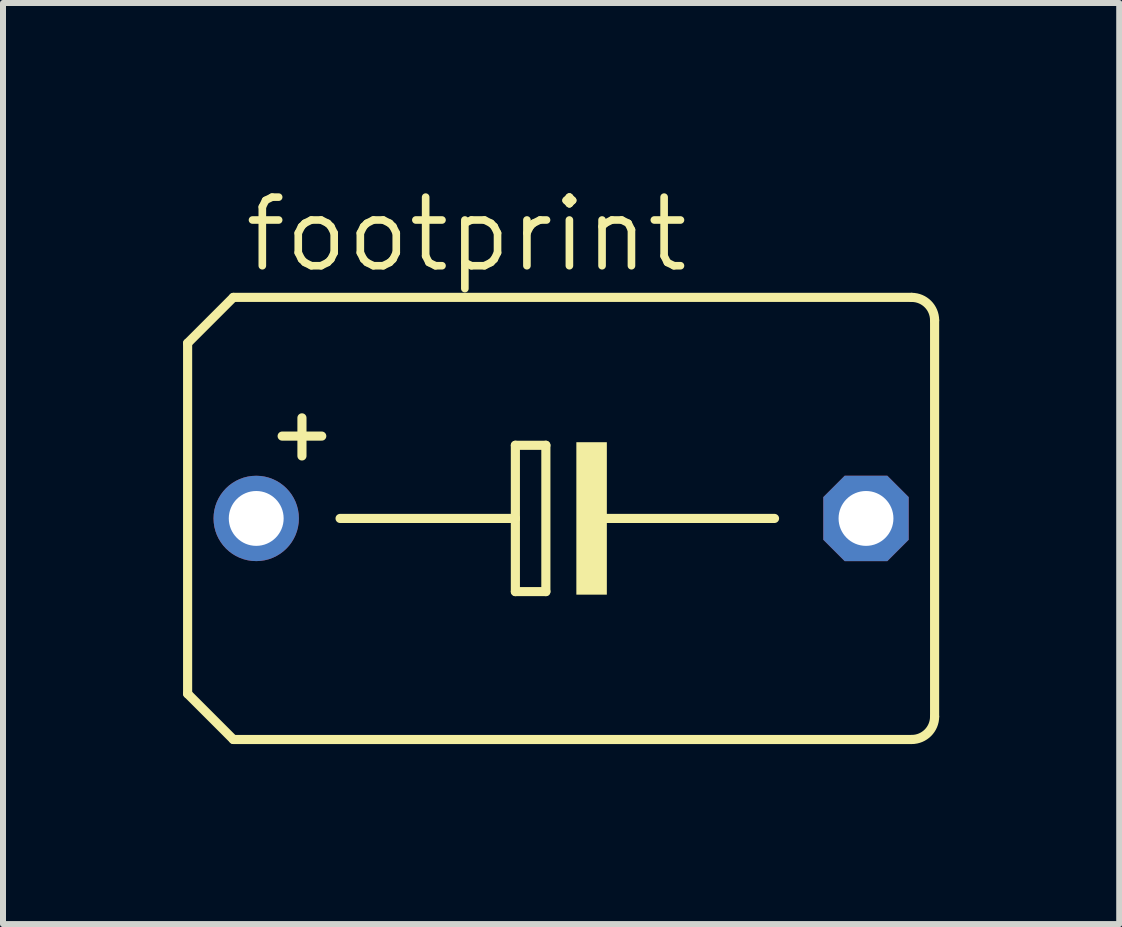
<source format=kicad_pcb>
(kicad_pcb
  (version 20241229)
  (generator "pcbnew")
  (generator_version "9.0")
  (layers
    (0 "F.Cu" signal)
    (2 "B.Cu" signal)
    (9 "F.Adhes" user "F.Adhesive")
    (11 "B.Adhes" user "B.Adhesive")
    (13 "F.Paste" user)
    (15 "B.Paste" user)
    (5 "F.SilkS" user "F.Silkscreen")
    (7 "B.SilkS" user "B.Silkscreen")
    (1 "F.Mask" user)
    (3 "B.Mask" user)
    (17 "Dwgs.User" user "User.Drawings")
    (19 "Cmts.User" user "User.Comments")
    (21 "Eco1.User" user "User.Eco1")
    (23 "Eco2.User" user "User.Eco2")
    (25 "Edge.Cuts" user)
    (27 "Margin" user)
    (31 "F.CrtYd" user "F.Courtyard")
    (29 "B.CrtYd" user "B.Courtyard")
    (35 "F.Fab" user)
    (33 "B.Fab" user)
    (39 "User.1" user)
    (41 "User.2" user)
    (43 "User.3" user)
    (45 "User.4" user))
  (footprint "footprint"
    (layer "F.Cu")
    (at 6.299 5.588)
    (property "Reference" "footprint" (at -5.334 -4.064 0) (layer "F.SilkS") (effects (font (size 1.143 1.143) (thickness 0.127)) (justify left bottom)))
    (fp_line (start -6.223 -2.921) (end -6.223 2.921) (stroke (width 0.152) (type solid)) (layer "F.SilkS"))
    (fp_line (start -6.223 -2.921) (end -5.461 -3.683) (stroke (width 0.152) (type solid)) (layer "F.SilkS"))
    (fp_line (start -5.461 3.683) (end -6.223 2.921) (stroke (width 0.152) (type solid)) (layer "F.SilkS"))
    (fp_line (start -5.461 3.683) (end 5.842 3.683) (stroke (width 0.152) (type solid)) (layer "F.SilkS"))
    (fp_line (start -4.318 -1.676) (end -4.318 -1.041) (stroke (width 0.152) (type solid)) (layer "F.SilkS"))
    (fp_line (start -3.988 -1.372) (end -4.648 -1.372) (stroke (width 0.152) (type solid)) (layer "F.SilkS"))
    (fp_line (start -3.683 0) (end -0.762 0) (stroke (width 0.152) (type solid)) (layer "F.SilkS"))
    (fp_line (start -0.762 -1.219) (end -0.762 0) (stroke (width 0.152) (type solid)) (layer "F.SilkS"))
    (fp_line (start -0.762 0) (end -0.762 1.219) (stroke (width 0.152) (type solid)) (layer "F.SilkS"))
    (fp_line (start -0.762 1.219) (end -0.254 1.219) (stroke (width 0.152) (type solid)) (layer "F.SilkS"))
    (fp_line (start -0.254 -1.219) (end -0.762 -1.219) (stroke (width 0.152) (type solid)) (layer "F.SilkS"))
    (fp_line (start -0.254 1.219) (end -0.254 -1.219) (stroke (width 0.152) (type solid)) (layer "F.SilkS"))
    (fp_line (start 0.635 0) (end 3.556 0) (stroke (width 0.152) (type solid)) (layer "F.SilkS"))
    (fp_line (start 5.842 -3.683) (end -5.461 -3.683) (stroke (width 0.152) (type solid)) (layer "F.SilkS"))
    (fp_line (start 6.223 -3.302) (end 6.223 3.302) (stroke (width 0.152) (type solid)) (layer "F.SilkS"))
    (fp_arc (start 5.842 -3.683) (mid 6.111408 -3.571408) (end 6.223 -3.302) (stroke (width 0.1524) (type solid)) (layer "F.SilkS"))
    (fp_arc (start 6.223 3.302) (mid 6.111408 3.571408) (end 5.842 3.683) (stroke (width 0.1524) (type solid)) (layer "F.SilkS"))
    (fp_poly (pts (xy 0.254 1.27) (xy 0.762 1.27) (xy 0.762 -1.27) (xy 0.254 -1.27)) (stroke (width 0) (type solid)) (fill yes) (layer "F.SilkS"))
    (pad "+" thru_hole circle (at -5.08 0) (size 1.422 1.422) (drill 0.914) (layers "*.Cu" "*.Mask"))
    (pad "-" thru_hole roundrect (at 5.08 0) (size 1.422 1.422) (drill 0.914) (layers "*.Cu" "*.Mask") (roundrect_rratio 0.25) (chamfer_ratio 0.25) (chamfer top_left top_right bottom_left bottom_right)))
  (gr_rect
    (start -3 -3)
    (end 15.598 12.347)
    (stroke (width 0.1) (type default))
    (fill no)
    (layer "Edge.Cuts")))
</source>
